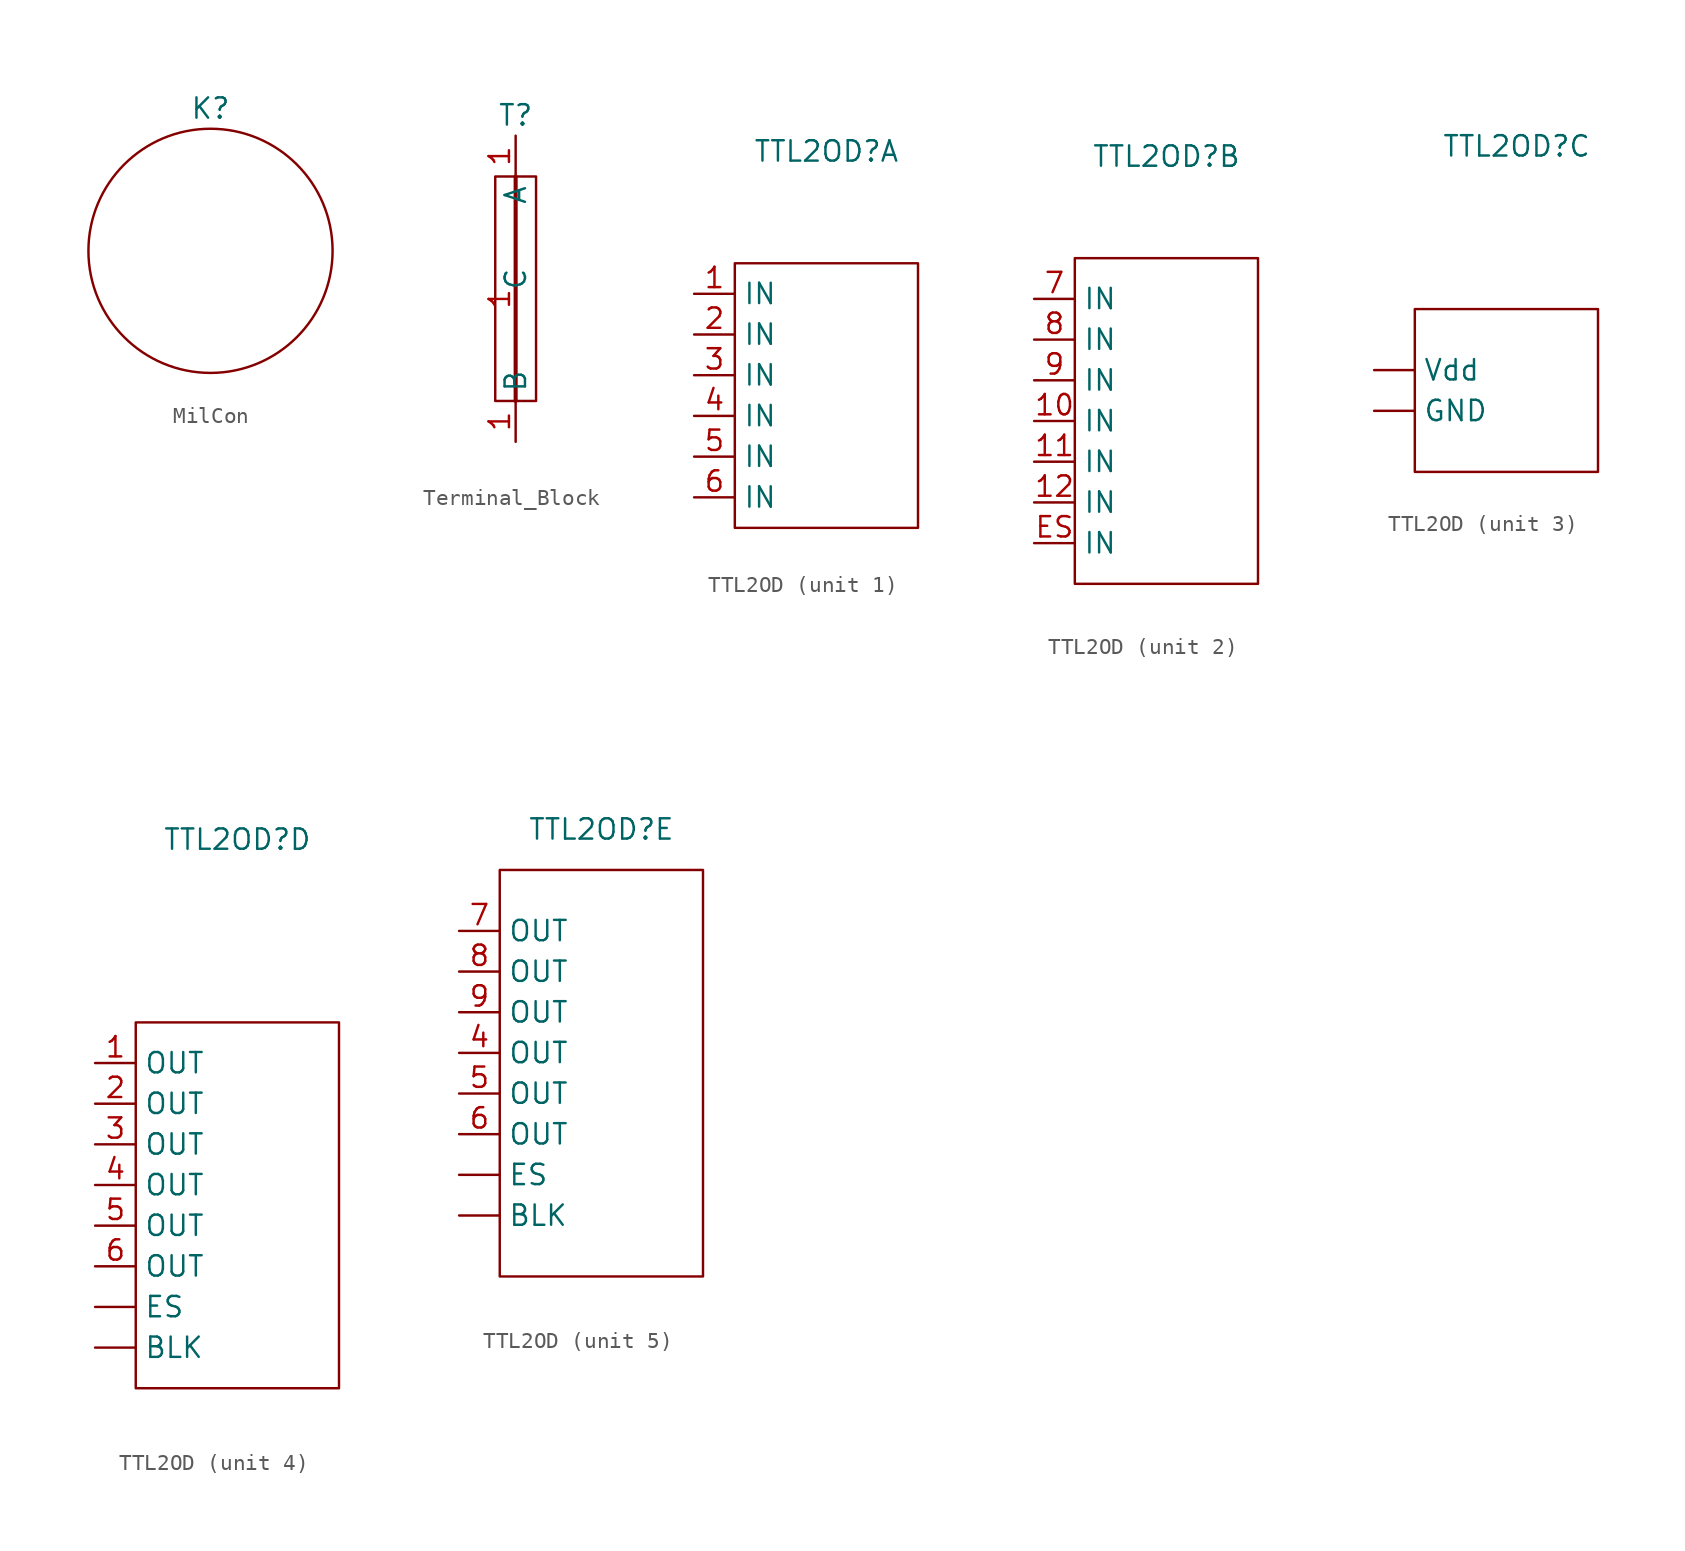
<source format=kicad_sym>
(kicad_symbol_lib
  (version 20231120)
  (generator "kicad_symbol_editor")
  (generator_version "8.0")
  (symbol "MilCon"
    (property "Reference" "K"
      (at 0 0 0)
      (effects (font (size 1.27 1.27))))
    (property "Value" ""
      (at 0 0 0)
      (effects (font (size 1.27 1.27))))
    (symbol "MilCon_0_1"
      (circle (center 0 -8.89) (radius 7.62) (stroke (width 0) (type default)) (fill (type none)))))
  (symbol "Terminal_Block"
    (property "Reference" "T"
      (at 0 0 0)
      (effects (font (size 1.27 1.27))))
    (property "Value" ""
      (at 0 0 0)
      (effects (font (size 1.27 1.27))))
    (symbol "Terminal_Block_0_1"
      (rectangle (start -1.27 -3.81) (end 1.27 -17.78) (stroke (width 0) (type default)) (fill (type none))))
    (symbol "Terminal_Block_1_1"
      (polyline (pts (xy 0 -3.81) (xy 0 -17.78)) (stroke (width 0.254) (type default)) (fill (type none)))
      (pin bidirectional line (at 0 -1.27 270) (length 2.54) (name "A" (effects (font (size 1.27 1.27)))) (number "1" (effects (font (size 1.27 1.27)))))
      (pin bidirectional line (at 0 -20.32 90) (length 2.54) (name "B" (effects (font (size 1.27 1.27)))) (number "1" (effects (font (size 1.27 1.27)))))
      (pin bidirectional line (at 0 -11.43 90) (length 0) (name "C" (effects (font (size 1.27 1.27)))) (number "1" (effects (font (size 1.27 1.27)))))))
  (symbol "TTL2OD"
    (property "Reference" "TTL2OD"
      (at 0 15.24 0)
      (effects (font (size 1.27 1.27))))
    (property "Value" ""
      (at -5.715 17.78 0)
      (effects (font (size 1.27 1.27))))
    (property "ki_locked" ""
      (at 0 0 0)
      (effects (font (size 1.27 1.27))))
    (symbol "TTL2OD_1_1"
      (unit_name "In-1")
      (rectangle (start -5.715 8.255) (end 5.715 -8.255) (stroke (width 0) (type default)) (fill (type none)))
      (pin input line (at -8.255 6.35 0) (length 2.54) (name "IN" (effects (font (size 1.27 1.27)))) (number "1" (effects (font (size 1.27 1.27)))))
      (pin input line (at -8.255 3.81 0) (length 2.54) (name "IN" (effects (font (size 1.27 1.27)))) (number "2" (effects (font (size 1.27 1.27)))))
      (pin input line (at -8.255 1.27 0) (length 2.54) (name "IN" (effects (font (size 1.27 1.27)))) (number "3" (effects (font (size 1.27 1.27)))))
      (pin input line (at -8.255 -1.27 0) (length 2.54) (name "IN" (effects (font (size 1.27 1.27)))) (number "4" (effects (font (size 1.27 1.27)))))
      (pin input line (at -8.255 -3.81 0) (length 2.54) (name "IN" (effects (font (size 1.27 1.27)))) (number "5" (effects (font (size 1.27 1.27)))))
      (pin input line (at -8.255 -6.35 0) (length 2.54) (name "IN" (effects (font (size 1.27 1.27)))) (number "6" (effects (font (size 1.27 1.27))))))
    (symbol "TTL2OD_2_1"
      (unit_name "In-2")
      (rectangle (start -5.715 8.89) (end 5.715 -11.43) (stroke (width 0) (type default)) (fill (type none)))
      (pin input line (at -8.255 -1.27 0) (length 2.54) (name "IN" (effects (font (size 1.27 1.27)))) (number "10" (effects (font (size 1.27 1.27)))))
      (pin input line (at -8.255 -3.81 0) (length 2.54) (name "IN" (effects (font (size 1.27 1.27)))) (number "11" (effects (font (size 1.27 1.27)))))
      (pin input line (at -8.255 -6.35 0) (length 2.54) (name "IN" (effects (font (size 1.27 1.27)))) (number "12" (effects (font (size 1.27 1.27)))))
      (pin input line (at -8.255 6.35 0) (length 2.54) (name "IN" (effects (font (size 1.27 1.27)))) (number "7" (effects (font (size 1.27 1.27)))))
      (pin input line (at -8.255 3.81 0) (length 2.54) (name "IN" (effects (font (size 1.27 1.27)))) (number "8" (effects (font (size 1.27 1.27)))))
      (pin input line (at -8.255 1.27 0) (length 2.54) (name "IN" (effects (font (size 1.27 1.27)))) (number "9" (effects (font (size 1.27 1.27)))))
      (pin input line (at -8.255 -8.89 0) (length 2.54) (name "IN" (effects (font (size 1.27 1.27)))) (number "ES" (effects (font (size 1.27 1.27))))))
    (symbol "TTL2OD_3_1"
      (unit_name "SUPPLY")
      (rectangle (start -6.35 5.08) (end 5.08 -5.08) (stroke (width 0) (type default)) (fill (type none)))
      (pin power_in line (at -8.89 -1.27 0) (length 2.54) (name "GND" (effects (font (size 1.27 1.27)))) (number "" (effects (font (size 1.27 1.27)))))
      (pin power_in line (at -8.89 1.27 0) (length 2.54) (name "Vdd" (effects (font (size 1.27 1.27)))) (number "" (effects (font (size 1.27 1.27))))))
    (symbol "TTL2OD_4_1"
      (unit_name "OUT-1")
      (rectangle (start -6.35 3.81) (end 6.35 -19.05) (stroke (width 0) (type default)) (fill (type none)))
      (pin open_collector line (at -8.89 -16.51 0) (length 2.54) (name "BLK" (effects (font (size 1.27 1.27)))) (number "" (effects (font (size 1.27 1.27)))))
      (pin open_collector line (at -8.89 -13.97 0) (length 2.54) (name "ES" (effects (font (size 1.27 1.27)))) (number "" (effects (font (size 1.27 1.27)))))
      (pin open_collector line (at -8.89 1.27 0) (length 2.54) (name "OUT" (effects (font (size 1.27 1.27)))) (number "1" (effects (font (size 1.27 1.27)))))
      (pin open_collector line (at -8.89 -1.27 0) (length 2.54) (name "OUT" (effects (font (size 1.27 1.27)))) (number "2" (effects (font (size 1.27 1.27)))))
      (pin open_collector line (at -8.89 -3.81 0) (length 2.54) (name "OUT" (effects (font (size 1.27 1.27)))) (number "3" (effects (font (size 1.27 1.27)))))
      (pin open_collector line (at -8.89 -6.35 0) (length 2.54) (name "OUT" (effects (font (size 1.27 1.27)))) (number "4" (effects (font (size 1.27 1.27)))))
      (pin open_collector line (at -8.89 -8.89 0) (length 2.54) (name "OUT" (effects (font (size 1.27 1.27)))) (number "5" (effects (font (size 1.27 1.27)))))
      (pin open_collector line (at -8.89 -11.43 0) (length 2.54) (name "OUT" (effects (font (size 1.27 1.27)))) (number "6" (effects (font (size 1.27 1.27))))))
    (symbol "TTL2OD_5_1"
      (unit_name "OUT-2")
      (rectangle (start -6.35 12.7) (end 6.35 -12.7) (stroke (width 0) (type default)) (fill (type none)))
      (pin open_collector line (at -8.89 -8.89 0) (length 2.54) (name "BLK" (effects (font (size 1.27 1.27)))) (number "" (effects (font (size 1.27 1.27)))))
      (pin open_collector line (at -8.89 -6.35 0) (length 2.54) (name "ES" (effects (font (size 1.27 1.27)))) (number "" (effects (font (size 1.27 1.27)))))
      (pin open_collector line (at -8.89 1.27 0) (length 2.54) (name "OUT" (effects (font (size 1.27 1.27)))) (number "4" (effects (font (size 1.27 1.27)))))
      (pin open_collector line (at -8.89 -1.27 0) (length 2.54) (name "OUT" (effects (font (size 1.27 1.27)))) (number "5" (effects (font (size 1.27 1.27)))))
      (pin open_collector line (at -8.89 -3.81 0) (length 2.54) (name "OUT" (effects (font (size 1.27 1.27)))) (number "6" (effects (font (size 1.27 1.27)))))
      (pin open_collector line (at -8.89 8.89 0) (length 2.54) (name "OUT" (effects (font (size 1.27 1.27)))) (number "7" (effects (font (size 1.27 1.27)))))
      (pin open_collector line (at -8.89 6.35 0) (length 2.54) (name "OUT" (effects (font (size 1.27 1.27)))) (number "8" (effects (font (size 1.27 1.27)))))
      (pin open_collector line (at -8.89 3.81 0) (length 2.54) (name "OUT" (effects (font (size 1.27 1.27)))) (number "9" (effects (font (size 1.27 1.27))))))))
</source>
